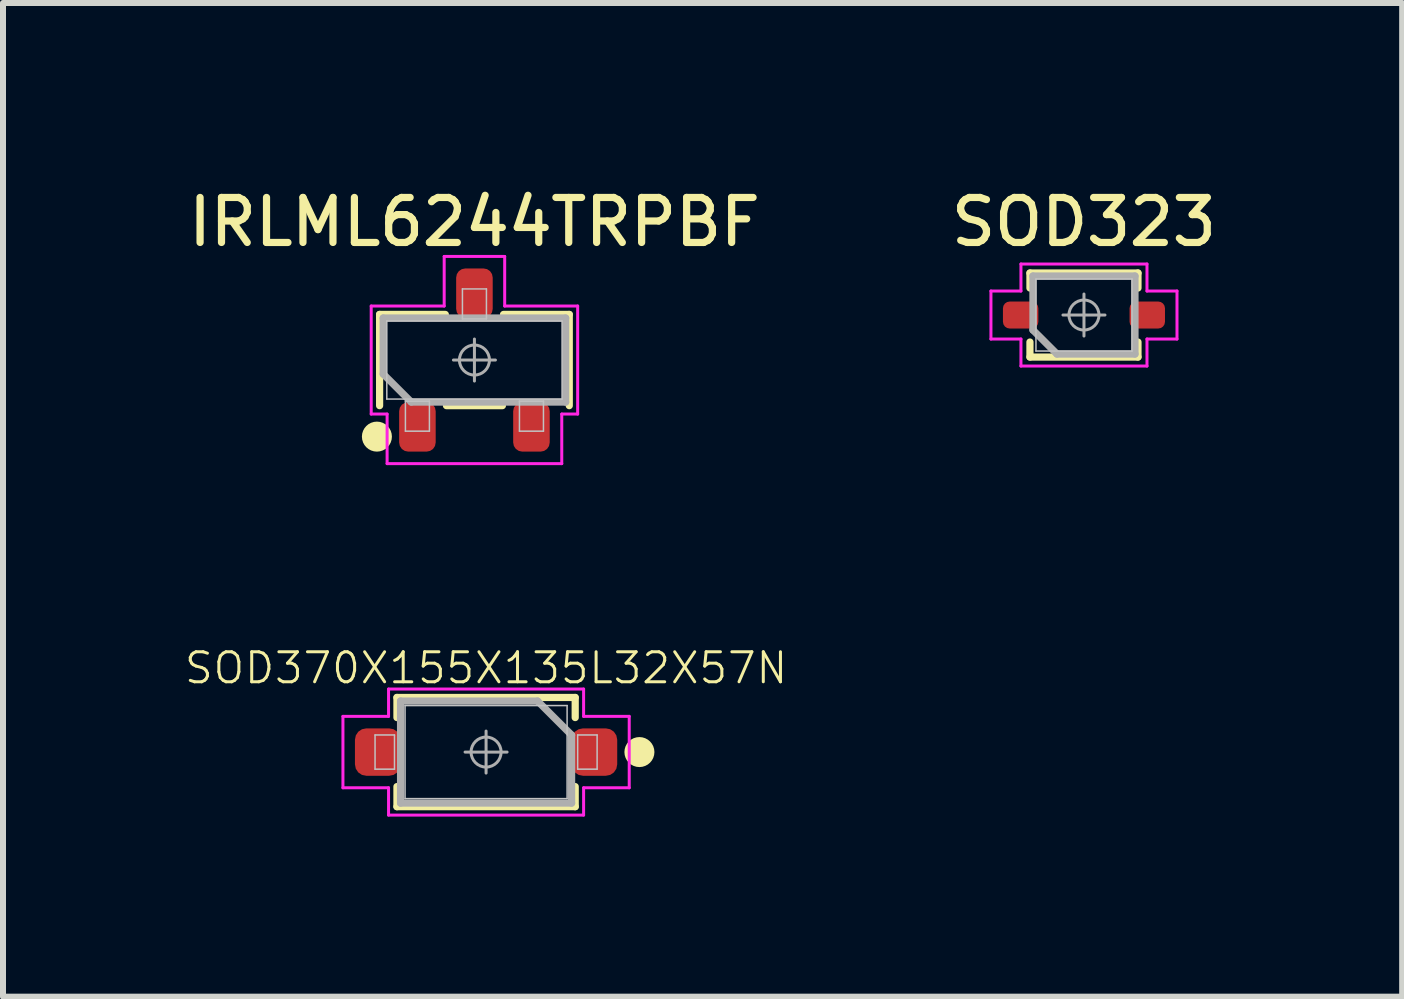
<source format=kicad_pcb>
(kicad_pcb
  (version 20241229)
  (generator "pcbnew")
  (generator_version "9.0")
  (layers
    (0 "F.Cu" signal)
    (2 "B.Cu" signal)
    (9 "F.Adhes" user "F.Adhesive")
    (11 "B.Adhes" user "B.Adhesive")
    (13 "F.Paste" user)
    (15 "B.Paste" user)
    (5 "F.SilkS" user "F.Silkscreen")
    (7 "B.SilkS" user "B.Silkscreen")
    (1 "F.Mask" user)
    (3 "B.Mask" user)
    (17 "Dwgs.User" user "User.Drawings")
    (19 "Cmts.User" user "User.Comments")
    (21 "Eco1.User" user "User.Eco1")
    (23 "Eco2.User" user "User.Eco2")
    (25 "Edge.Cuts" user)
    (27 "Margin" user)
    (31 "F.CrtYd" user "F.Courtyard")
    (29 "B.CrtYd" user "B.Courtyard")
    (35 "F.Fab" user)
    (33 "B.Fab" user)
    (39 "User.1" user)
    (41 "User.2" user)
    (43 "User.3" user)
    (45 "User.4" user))
  (footprint "SOD370X155X135L32X57N"
    (layer "F.Cu")
    (at 5.049 9.481)
    (property "Reference" "SOD370X155X135L32X57N" (at 0 -1.4 0) (layer "F.SilkS") (effects (font (size 0.5 0.5) (thickness 0.05))))
    (attr smd)
    (fp_line (start -1.485 -0.91) (end 1.485 -0.91) (stroke (width 0.12) (type solid)) (layer "F.SilkS"))
    (fp_line (start -1.485 -0.575) (end -1.485 -0.91) (stroke (width 0.12) (type solid)) (layer "F.SilkS"))
    (fp_line (start -1.485 0.575) (end -1.485 0.91) (stroke (width 0.12) (type solid)) (layer "F.SilkS"))
    (fp_line (start -1.485 0.91) (end 1.485 0.91) (stroke (width 0.12) (type solid)) (layer "F.SilkS"))
    (fp_line (start 1.485 -0.91) (end 1.485 -0.575) (stroke (width 0.12) (type solid)) (layer "F.SilkS"))
    (fp_line (start 1.485 0.91) (end 1.485 0.575) (stroke (width 0.12) (type solid)) (layer "F.SilkS"))
    (fp_circle (center 2.555 0) (end 2.555 -0.125) (stroke (width 0.25) (type solid)) (fill no) (layer "F.SilkS"))
    (fp_line (start -1.85 -0.285) (end -1.526 -0.285) (stroke (width 0.025) (type solid)) (layer "Dwgs.User"))
    (fp_line (start -1.85 0.285) (end -1.85 -0.285) (stroke (width 0.025) (type solid)) (layer "Dwgs.User"))
    (fp_line (start -1.526 -0.285) (end -1.526 0.285) (stroke (width 0.025) (type solid)) (layer "Dwgs.User"))
    (fp_line (start -1.526 0.285) (end -1.85 0.285) (stroke (width 0.025) (type solid)) (layer "Dwgs.User"))
    (fp_line (start -1.35 -0.775) (end 1.35 -0.775) (stroke (width 0.025) (type solid)) (layer "Dwgs.User"))
    (fp_line (start -1.35 0.775) (end -1.35 -0.775) (stroke (width 0.025) (type solid)) (layer "Dwgs.User"))
    (fp_line (start 1.35 -0.775) (end 1.35 0.775) (stroke (width 0.025) (type solid)) (layer "Dwgs.User"))
    (fp_line (start 1.35 0.775) (end -1.35 0.775) (stroke (width 0.025) (type solid)) (layer "Dwgs.User"))
    (fp_line (start 1.526 -0.285) (end 1.85 -0.285) (stroke (width 0.025) (type solid)) (layer "Dwgs.User"))
    (fp_line (start 1.526 0.285) (end 1.526 -0.285) (stroke (width 0.025) (type solid)) (layer "Dwgs.User"))
    (fp_line (start 1.85 -0.285) (end 1.85 0.285) (stroke (width 0.025) (type solid)) (layer "Dwgs.User"))
    (fp_line (start 1.85 0.285) (end 1.526 0.285) (stroke (width 0.025) (type solid)) (layer "Dwgs.User"))
    (fp_line (start -2.385 -0.595) (end -2.385 0.595) (stroke (width 0.05) (type solid)) (layer "F.CrtYd"))
    (fp_line (start -2.385 0.595) (end -1.625 0.595) (stroke (width 0.05) (type solid)) (layer "F.CrtYd"))
    (fp_line (start -1.625 -1.05) (end -1.625 -0.595) (stroke (width 0.05) (type solid)) (layer "F.CrtYd"))
    (fp_line (start -1.625 -0.595) (end -2.385 -0.595) (stroke (width 0.05) (type solid)) (layer "F.CrtYd"))
    (fp_line (start -1.625 0.595) (end -1.625 1.05) (stroke (width 0.05) (type solid)) (layer "F.CrtYd"))
    (fp_line (start -1.625 1.05) (end 1.625 1.05) (stroke (width 0.05) (type solid)) (layer "F.CrtYd"))
    (fp_line (start 1.625 -1.05) (end -1.625 -1.05) (stroke (width 0.05) (type solid)) (layer "F.CrtYd"))
    (fp_line (start 1.625 -0.595) (end 1.625 -1.05) (stroke (width 0.05) (type solid)) (layer "F.CrtYd"))
    (fp_line (start 1.625 0.595) (end 2.385 0.595) (stroke (width 0.05) (type solid)) (layer "F.CrtYd"))
    (fp_line (start 1.625 1.05) (end 1.625 0.595) (stroke (width 0.05) (type solid)) (layer "F.CrtYd"))
    (fp_line (start 2.385 -0.595) (end 1.625 -0.595) (stroke (width 0.05) (type solid)) (layer "F.CrtYd"))
    (fp_line (start 2.385 0.595) (end 2.385 -0.595) (stroke (width 0.05) (type solid)) (layer "F.CrtYd"))
    (fp_line (start -1.425 -0.85) (end -1.425 0.85) (stroke (width 0.12) (type solid)) (layer "F.Fab"))
    (fp_line (start -1.425 0.85) (end 1.425 0.85) (stroke (width 0.12) (type solid)) (layer "F.Fab"))
    (fp_line (start -0.35 0) (end 0.35 0) (stroke (width 0.05) (type solid)) (layer "F.Fab"))
    (fp_line (start 0 0.35) (end 0 -0.35) (stroke (width 0.05) (type solid)) (layer "F.Fab"))
    (fp_line (start 0.858 -0.85) (end -1.425 -0.85) (stroke (width 0.12) (type solid)) (layer "F.Fab"))
    (fp_line (start 1.425 -0.283) (end 0.858 -0.85) (stroke (width 0.12) (type solid)) (layer "F.Fab"))
    (fp_line (start 1.425 0.85) (end 1.425 -0.283) (stroke (width 0.12) (type solid)) (layer "F.Fab"))
    (fp_circle (center 0 0) (end -0.25 0) (stroke (width 0.05) (type solid)) (fill no) (layer "F.Fab"))
    (pad "1" smd roundrect (at -1.805 0 180) (size 0.76 0.79) (layers "F.Cu" "F.Mask" "F.Paste") (roundrect_rratio 0.25))
    (pad "2" smd roundrect (at 1.805 0 180) (size 0.76 0.79) (layers "F.Cu" "F.Mask" "F.Paste") (roundrect_rratio 0.25)))
  (footprint "IRLML6244TRPBF"
    (layer "F.Cu")
    (at 4.855 2.949)
    (property "Reference" "IRLML6244TRPBF" (at 0 -2.3 0) (layer "F.SilkS") (effects (font (size 0.75 0.75) (thickness 0.12))))
    (attr smd)
    (fp_line (start -1.58 -0.76) (end -0.485 -0.76) (stroke (width 0.12) (type solid)) (layer "F.SilkS"))
    (fp_line (start -1.58 0.76) (end -1.58 -0.76) (stroke (width 0.12) (type solid)) (layer "F.SilkS"))
    (fp_line (start 0.466 0.76) (end -0.466 0.76) (stroke (width 0.12) (type solid)) (layer "F.SilkS"))
    (fp_line (start 0.485 -0.76) (end 1.58 -0.76) (stroke (width 0.12) (type solid)) (layer "F.SilkS"))
    (fp_line (start 1.58 -0.76) (end 1.58 0.76) (stroke (width 0.12) (type solid)) (layer "F.SilkS"))
    (fp_circle (center -1.625 1.276) (end -1.625 1.401) (stroke (width 0.25) (type solid)) (fill no) (layer "F.SilkS"))
    (fp_line (start -1.46 -0.65) (end 1.46 -0.65) (stroke (width 0.025) (type solid)) (layer "Dwgs.User"))
    (fp_line (start -1.46 0.65) (end -1.46 -0.65) (stroke (width 0.025) (type solid)) (layer "Dwgs.User"))
    (fp_line (start -1.15 0.685) (end -0.75 0.685) (stroke (width 0.025) (type solid)) (layer "Dwgs.User"))
    (fp_line (start -1.15 1.185) (end -1.15 0.685) (stroke (width 0.025) (type solid)) (layer "Dwgs.User"))
    (fp_line (start -0.75 0.685) (end -0.75 1.185) (stroke (width 0.025) (type solid)) (layer "Dwgs.User"))
    (fp_line (start -0.75 1.185) (end -1.15 1.185) (stroke (width 0.025) (type solid)) (layer "Dwgs.User"))
    (fp_line (start -0.2 -1.185) (end 0.2 -1.185) (stroke (width 0.025) (type solid)) (layer "Dwgs.User"))
    (fp_line (start -0.2 -0.685) (end -0.2 -1.185) (stroke (width 0.025) (type solid)) (layer "Dwgs.User"))
    (fp_line (start 0.2 -1.185) (end 0.2 -0.685) (stroke (width 0.025) (type solid)) (layer "Dwgs.User"))
    (fp_line (start 0.2 -0.685) (end -0.2 -0.685) (stroke (width 0.025) (type solid)) (layer "Dwgs.User"))
    (fp_line (start 0.75 0.685) (end 1.15 0.685) (stroke (width 0.025) (type solid)) (layer "Dwgs.User"))
    (fp_line (start 0.75 1.185) (end 0.75 0.685) (stroke (width 0.025) (type solid)) (layer "Dwgs.User"))
    (fp_line (start 1.15 0.685) (end 1.15 1.185) (stroke (width 0.025) (type solid)) (layer "Dwgs.User"))
    (fp_line (start 1.15 1.185) (end 0.75 1.185) (stroke (width 0.025) (type solid)) (layer "Dwgs.User"))
    (fp_line (start 1.46 -0.65) (end 1.46 0.65) (stroke (width 0.025) (type solid)) (layer "Dwgs.User"))
    (fp_line (start 1.46 0.65) (end -1.46 0.65) (stroke (width 0.025) (type solid)) (layer "Dwgs.User"))
    (fp_line (start -1.72 -0.9) (end -1.72 0.9) (stroke (width 0.05) (type solid)) (layer "F.CrtYd"))
    (fp_line (start -1.72 0.9) (end -1.455 0.9) (stroke (width 0.05) (type solid)) (layer "F.CrtYd"))
    (fp_line (start -1.455 0.9) (end -1.455 1.726) (stroke (width 0.05) (type solid)) (layer "F.CrtYd"))
    (fp_line (start -1.455 1.726) (end 1.455 1.726) (stroke (width 0.05) (type solid)) (layer "F.CrtYd"))
    (fp_line (start -0.504 -1.726) (end -0.504 -0.9) (stroke (width 0.05) (type solid)) (layer "F.CrtYd"))
    (fp_line (start -0.504 -0.9) (end -1.72 -0.9) (stroke (width 0.05) (type solid)) (layer "F.CrtYd"))
    (fp_line (start 0.504 -1.726) (end -0.504 -1.726) (stroke (width 0.05) (type solid)) (layer "F.CrtYd"))
    (fp_line (start 0.504 -0.9) (end 0.504 -1.726) (stroke (width 0.05) (type solid)) (layer "F.CrtYd"))
    (fp_line (start 1.455 0.9) (end 1.72 0.9) (stroke (width 0.05) (type solid)) (layer "F.CrtYd"))
    (fp_line (start 1.455 1.726) (end 1.455 0.9) (stroke (width 0.05) (type solid)) (layer "F.CrtYd"))
    (fp_line (start 1.72 -0.9) (end 0.504 -0.9) (stroke (width 0.05) (type solid)) (layer "F.CrtYd"))
    (fp_line (start 1.72 0.9) (end 1.72 -0.9) (stroke (width 0.05) (type solid)) (layer "F.CrtYd"))
    (fp_line (start -1.52 -0.7) (end 1.52 -0.7) (stroke (width 0.12) (type solid)) (layer "F.Fab"))
    (fp_line (start -1.52 0.233) (end -1.52 -0.7) (stroke (width 0.12) (type solid)) (layer "F.Fab"))
    (fp_line (start -1.053 0.7) (end -1.52 0.233) (stroke (width 0.12) (type solid)) (layer "F.Fab"))
    (fp_line (start -0.35 0) (end 0.35 0) (stroke (width 0.05) (type solid)) (layer "F.Fab"))
    (fp_line (start 0 -0.35) (end 0 0.35) (stroke (width 0.05) (type solid)) (layer "F.Fab"))
    (fp_line (start 1.52 -0.7) (end 1.52 0.7) (stroke (width 0.12) (type solid)) (layer "F.Fab"))
    (fp_line (start 1.52 0.7) (end -1.053 0.7) (stroke (width 0.12) (type solid)) (layer "F.Fab"))
    (fp_circle (center 0 0) (end 0.25 0) (stroke (width 0.05) (type solid)) (fill no) (layer "F.Fab"))
    (pad "1" smd roundrect (at -0.95 1.113 90) (size 0.826 0.609) (layers "F.Cu" "F.Mask" "F.Paste") (roundrect_rratio 0.25))
    (pad "2" smd roundrect (at 0.95 1.113 90) (size 0.826 0.609) (layers "F.Cu" "F.Mask" "F.Paste") (roundrect_rratio 0.25))
    (pad "3" smd roundrect (at 0 -1.113 90) (size 0.826 0.609) (layers "F.Cu" "F.Mask" "F.Paste") (roundrect_rratio 0.25)))
  (footprint "SOD323"
    (layer "F.Cu")
    (at 15.011 2.199)
    (property "Reference" "SOD323" (at 0 -1.55 0) (layer "F.SilkS") (effects (font (size 0.75 0.75) (thickness 0.12))))
    (attr smd)
    (fp_line (start -0.9 -0.7) (end -0.9 -0.45) (stroke (width 0.12) (type solid)) (layer "F.SilkS"))
    (fp_line (start -0.9 0.7) (end -0.9 0.45) (stroke (width 0.12) (type solid)) (layer "F.SilkS"))
    (fp_line (start 0.9 -0.7) (end -0.9 -0.7) (stroke (width 0.12) (type solid)) (layer "F.SilkS"))
    (fp_line (start 0.9 -0.45) (end 0.9 -0.7) (stroke (width 0.12) (type solid)) (layer "F.SilkS"))
    (fp_line (start 0.9 0.45) (end 0.9 0.7) (stroke (width 0.12) (type solid)) (layer "F.SilkS"))
    (fp_line (start 0.9 0.7) (end -0.9 0.7) (stroke (width 0.12) (type solid)) (layer "F.SilkS"))
    (fp_line (start -0.8 -0.6) (end 0.8 -0.6) (stroke (width 0.025) (type solid)) (layer "Dwgs.User"))
    (fp_line (start -0.8 0.6) (end -0.8 -0.6) (stroke (width 0.025) (type solid)) (layer "Dwgs.User"))
    (fp_line (start 0.8 -0.6) (end 0.8 0.6) (stroke (width 0.025) (type solid)) (layer "Dwgs.User"))
    (fp_line (start 0.8 0.6) (end -0.8 0.6) (stroke (width 0.025) (type solid)) (layer "Dwgs.User"))
    (fp_line (start -1.55 -0.4) (end -1.55 0.4) (stroke (width 0.05) (type solid)) (layer "F.CrtYd"))
    (fp_line (start -1.55 0.4) (end -1.05 0.4) (stroke (width 0.05) (type solid)) (layer "F.CrtYd"))
    (fp_line (start -1.05 -0.85) (end -1.05 -0.4) (stroke (width 0.05) (type solid)) (layer "F.CrtYd"))
    (fp_line (start -1.05 -0.4) (end -1.55 -0.4) (stroke (width 0.05) (type solid)) (layer "F.CrtYd"))
    (fp_line (start -1.05 0.4) (end -1.05 0.85) (stroke (width 0.05) (type solid)) (layer "F.CrtYd"))
    (fp_line (start -1.05 0.85) (end 1.05 0.85) (stroke (width 0.05) (type solid)) (layer "F.CrtYd"))
    (fp_line (start 1.05 -0.85) (end -1.05 -0.85) (stroke (width 0.05) (type solid)) (layer "F.CrtYd"))
    (fp_line (start 1.05 -0.4) (end 1.05 -0.85) (stroke (width 0.05) (type solid)) (layer "F.CrtYd"))
    (fp_line (start 1.05 0.4) (end 1.55 0.4) (stroke (width 0.05) (type solid)) (layer "F.CrtYd"))
    (fp_line (start 1.05 0.85) (end 1.05 0.4) (stroke (width 0.05) (type solid)) (layer "F.CrtYd"))
    (fp_line (start 1.55 -0.4) (end 1.05 -0.4) (stroke (width 0.05) (type solid)) (layer "F.CrtYd"))
    (fp_line (start 1.55 0.4) (end 1.55 -0.4) (stroke (width 0.05) (type solid)) (layer "F.CrtYd"))
    (fp_line (start -0.85 -0.65) (end -0.85 0.25) (stroke (width 0.12) (type solid)) (layer "F.Fab"))
    (fp_line (start -0.85 0.25) (end -0.45 0.65) (stroke (width 0.12) (type solid)) (layer "F.Fab"))
    (fp_line (start -0.45 0.65) (end 0.85 0.65) (stroke (width 0.12) (type solid)) (layer "F.Fab"))
    (fp_line (start 0 -0.35) (end 0 0.35) (stroke (width 0.05) (type solid)) (layer "F.Fab"))
    (fp_line (start 0.35 0) (end -0.35 0) (stroke (width 0.05) (type solid)) (layer "F.Fab"))
    (fp_line (start 0.85 -0.65) (end -0.85 -0.65) (stroke (width 0.12) (type solid)) (layer "F.Fab"))
    (fp_line (start 0.85 0.65) (end 0.85 -0.65) (stroke (width 0.12) (type solid)) (layer "F.Fab"))
    (fp_circle (center 0 0) (end 0.25 0) (stroke (width 0.05) (type solid)) (fill no) (layer "F.Fab"))
    (pad "1" smd roundrect (at -1.055 0) (size 0.59 0.45) (layers "F.Cu" "F.Mask" "F.Paste") (roundrect_rratio 0.25))
    (pad "2" smd roundrect (at 1.055 0) (size 0.59 0.45) (layers "F.Cu" "F.Mask" "F.Paste") (roundrect_rratio 0.25)))
  (gr_rect
    (start -3 -3)
    (end 20.313 13.556)
    (stroke (width 0.1) (type default))
    (fill no)
    (layer "Edge.Cuts")))
</source>
